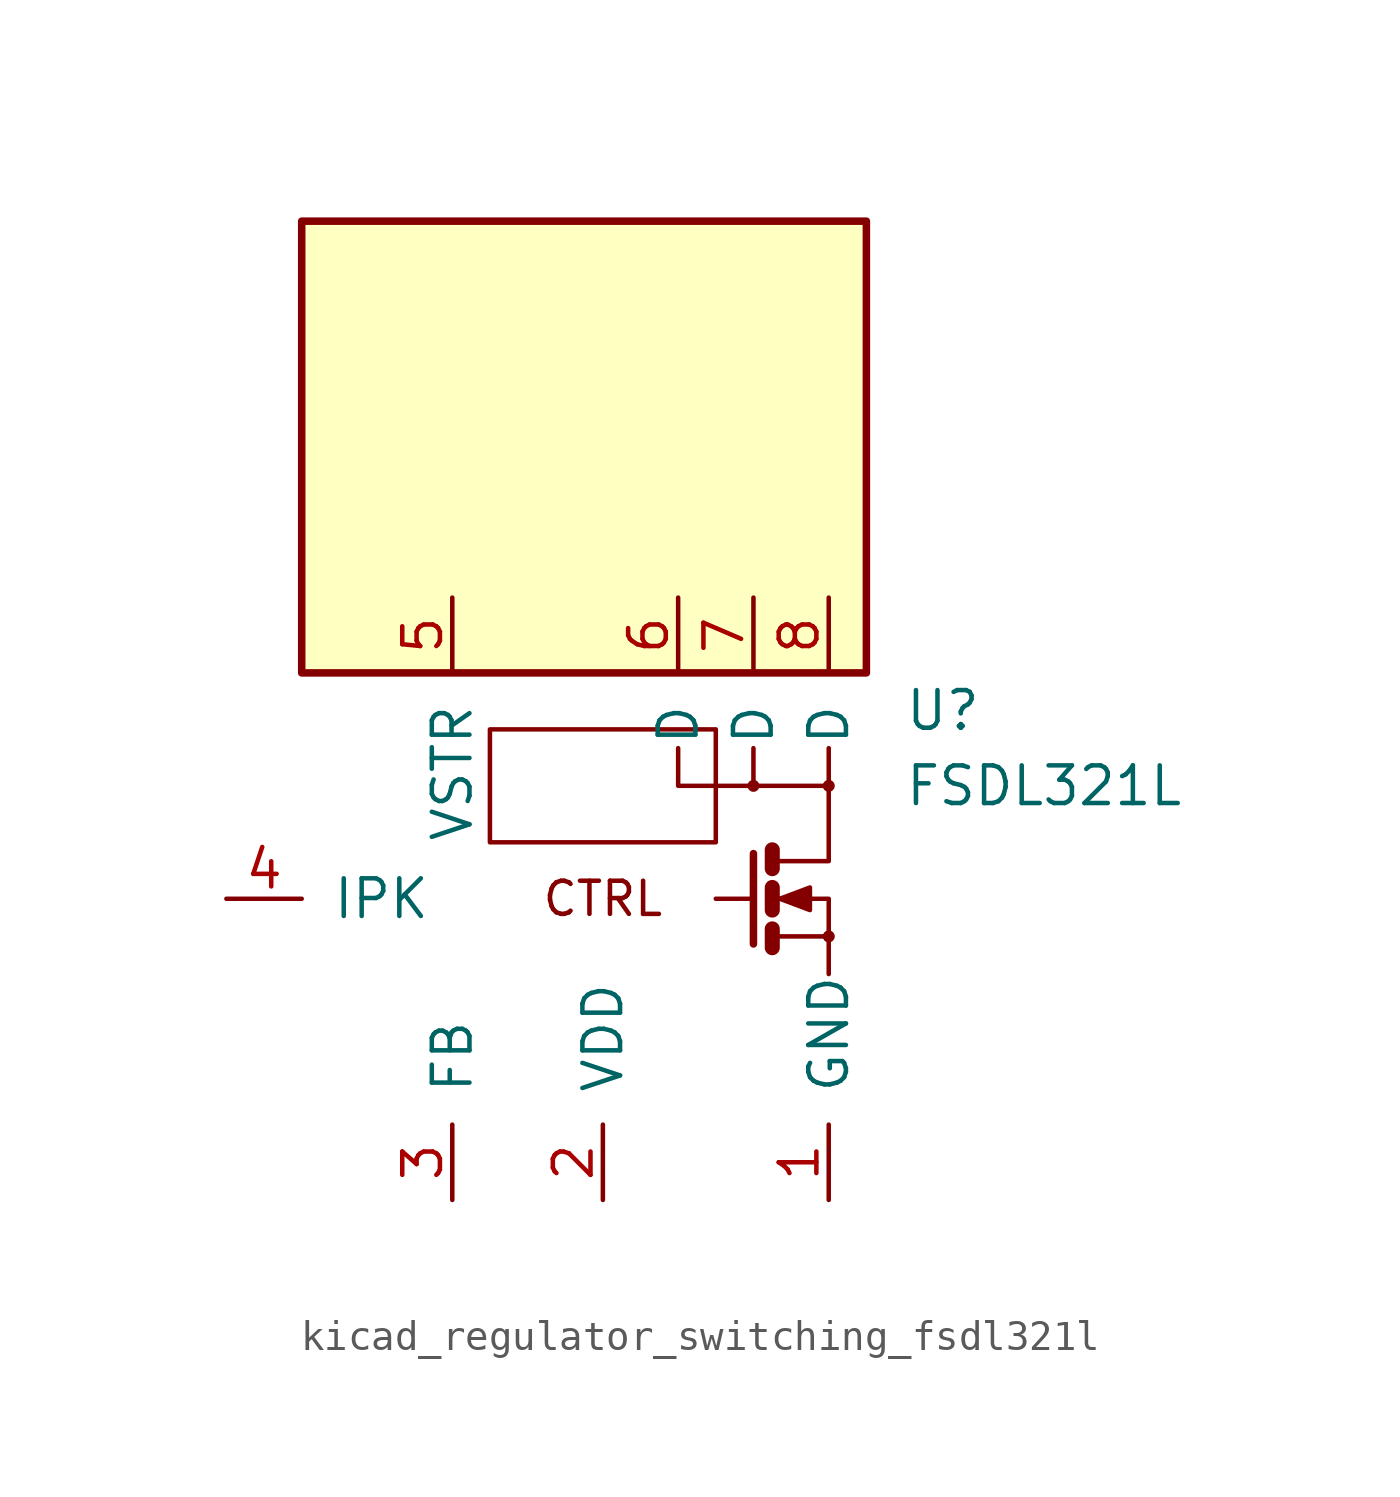
<source format=kicad_sym>
(kicad_symbol_lib
  (version 20220914)
  (generator kicad_symbol_editor)
  (symbol "kicad_regulator_switching_fsdl321l"
    (pin_names
      (offset 1.016))
    (property "Reference" "U"
      (at 10.16 6.35 0)
      (effects (font (size 1.27 1.27)) (justify left)))
    (property "Value" "FSDL321L"
      (at 10.16 3.81 0)
      (effects (font (size 1.27 1.27)) (justify left)))
    (symbol "kicad_regulator_switching_fsdl321l_0_0"
      (circle (center 5.08 3.81) (radius 0.127) (stroke (width 0) (type default)) (fill (type none)))
      (circle (center 7.62 -1.27) (radius 0.127) (stroke (width 0) (type default)) (fill (type none)))
      (circle (center 7.62 3.81) (radius 0.127) (stroke (width 0) (type default)) (fill (type none)))
      (rectangle (start 8.89 22.86) (end -10.16 7.62) (stroke (width 0.254) (type default)) (fill (type background)))
      (text "CTRL" (at 0 0 0) (effects (font (size 1.118 1.118)))))
    (symbol "kicad_regulator_switching_fsdl321l_0_1"
      (polyline (pts (xy 5.08 0) (xy 3.81 0)) (stroke (width 0) (type default)) (fill (type none)))
      (polyline (pts (xy 5.08 3.81) (xy 5.08 5.08)) (stroke (width 0) (type default)) (fill (type none)))
      (polyline (pts (xy 5.715 -1.016) (xy 5.715 -1.651)) (stroke (width 0.508) (type default)) (fill (type none)))
      (polyline (pts (xy 5.715 0.381) (xy 5.715 -0.381)) (stroke (width 0.508) (type default)) (fill (type none)))
      (polyline (pts (xy 5.715 1.651) (xy 5.715 1.016)) (stroke (width 0.508) (type default)) (fill (type none)))
      (polyline (pts (xy 5.08 1.524) (xy 5.08 -1.524) (xy 5.08 -1.524)) (stroke (width 0.254) (type default)) (fill (type none)))
      (polyline (pts (xy 5.715 -1.27) (xy 7.62 -1.27) (xy 7.62 -2.54)) (stroke (width 0) (type default)) (fill (type none)))
      (polyline (pts (xy 7.62 3.81) (xy 2.54 3.81) (xy 2.54 5.08)) (stroke (width 0) (type default)) (fill (type none)))
      (polyline (pts (xy 5.715 1.27) (xy 6.731 1.27) (xy 7.62 1.27) (xy 7.62 5.08)) (stroke (width 0) (type default)) (fill (type none)))
      (polyline (pts (xy 5.842 0) (xy 6.35 0) (xy 7.62 0) (xy 7.62 -1.27) (xy 7.62 -1.27)) (stroke (width 0) (type default)) (fill (type none)))
      (polyline (pts (xy 5.969 0) (xy 6.985 0.381) (xy 6.985 -0.381) (xy 5.969 0) (xy 6.096 0) (xy 6.096 0)) (stroke (width 0) (type default)) (fill (type outline)))
      (rectangle (start 3.81 5.715) (end -3.81 1.905) (stroke (width 0) (type default)) (fill (type none))))
    (symbol "kicad_regulator_switching_fsdl321l_1_1"
      (pin power_in line (at 7.62 -10.16 90) (length 2.54) (name "GND" (effects (font (size 1.27 1.27)))) (number "1" (effects (font (size 1.27 1.27)))))
      (pin power_in line (at 0 -10.16 90) (length 2.54) (name "VDD" (effects (font (size 1.27 1.27)))) (number "2" (effects (font (size 1.27 1.27)))))
      (pin input line (at -5.08 -10.16 90) (length 2.54) (name "FB" (effects (font (size 1.27 1.27)))) (number "3" (effects (font (size 1.27 1.27)))))
      (pin passive line (at -12.7 0 0) (length 2.54) (name "IPK" (effects (font (size 1.27 1.27)))) (number "4" (effects (font (size 1.27 1.27)))))
      (pin passive line (at -5.08 10.16 270) (length 2.54) (name "VSTR" (effects (font (size 1.27 1.27)))) (number "5" (effects (font (size 1.27 1.27)))))
      (pin passive line (at 2.54 10.16 270) (length 2.54) (name "D" (effects (font (size 1.27 1.27)))) (number "6" (effects (font (size 1.27 1.27)))))
      (pin passive line (at 5.08 10.16 270) (length 2.54) (name "D" (effects (font (size 1.27 1.27)))) (number "7" (effects (font (size 1.27 1.27)))))
      (pin passive line (at 7.62 10.16 270) (length 2.54) (name "D" (effects (font (size 1.27 1.27)))) (number "8" (effects (font (size 1.27 1.27))))))))
</source>
